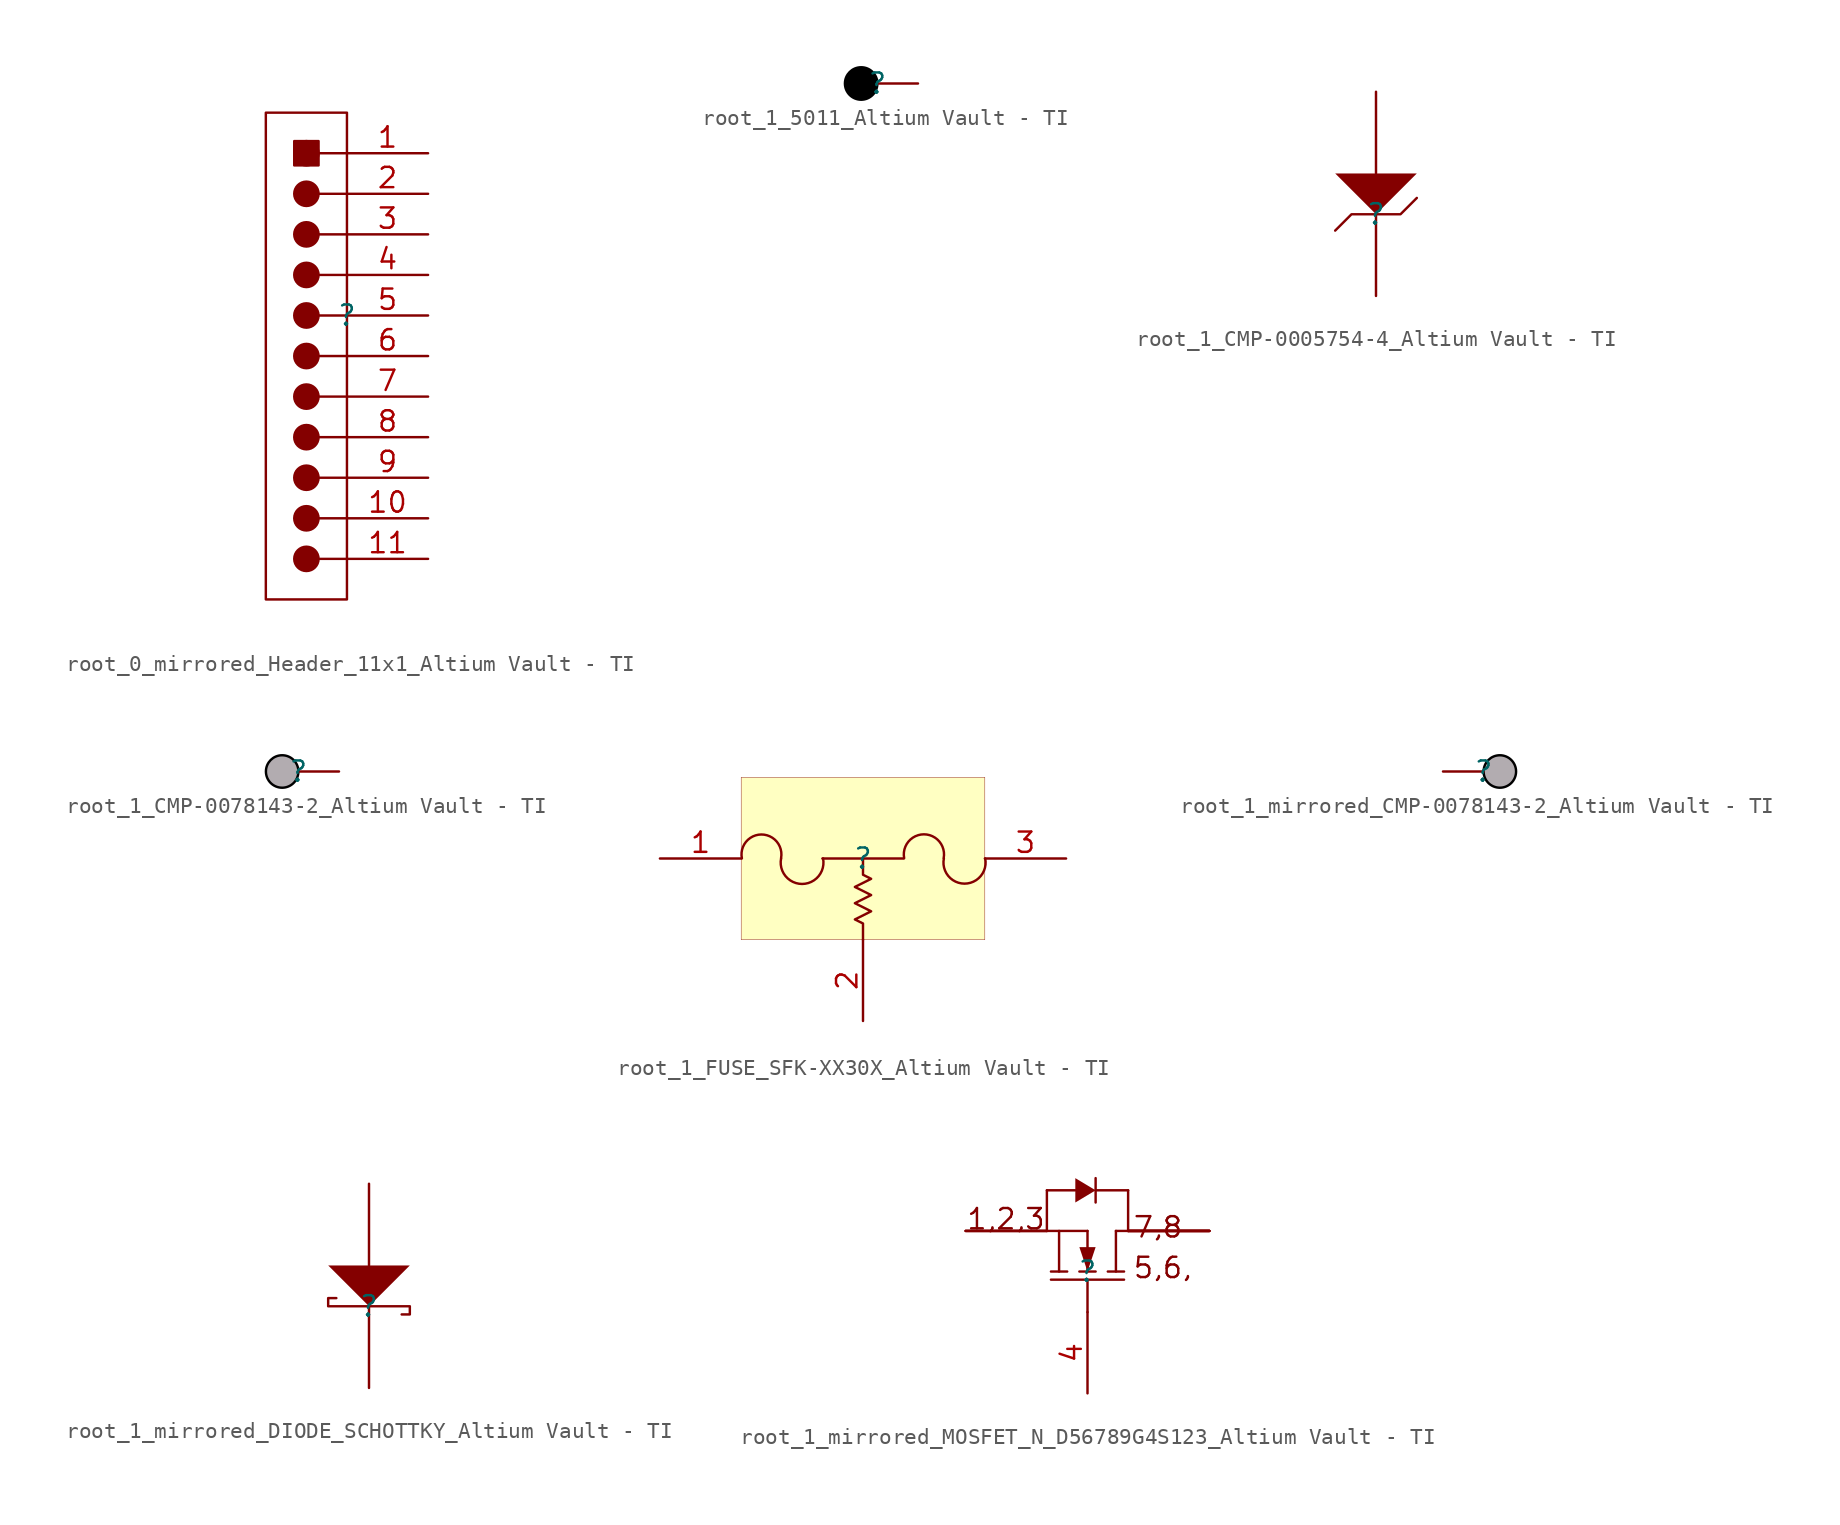
<source format=kicad_sym>
(kicad_symbol_lib
  (version 20241209)
  (generator "kicad_symbol_editor")
  (generator_version "9.0")
  (symbol "root_0_mirrored_Header_11x1_Altium Vault - TI"
    (pin_names
      (hide yes))
    (property "Reference" ""
      (at 0 0 0)
      (effects (font (size 1.27 1.27))))
    (property "Value" ""
      (at 0 0 0)
      (effects (font (size 1.27 1.27))))
    (symbol "root_0_mirrored_Header_11x1_Altium Vault - TI_1_0"
      (circle (center -2.54 10.16) (radius 0.762) (stroke (width 0) (type solid)) (fill (type outline)))
      (circle (center -2.54 7.62) (radius 0.762) (stroke (width 0) (type solid)) (fill (type outline)))
      (circle (center -2.54 5.08) (radius 0.762) (stroke (width 0) (type solid)) (fill (type outline)))
      (circle (center -2.54 2.54) (radius 0.762) (stroke (width 0) (type solid)) (fill (type outline)))
      (circle (center -2.54 0) (radius 0.762) (stroke (width 0) (type solid)) (fill (type outline)))
      (circle (center -2.54 -2.54) (radius 0.762) (stroke (width 0) (type solid)) (fill (type outline)))
      (circle (center -2.54 -5.08) (radius 0.762) (stroke (width 0) (type solid)) (fill (type outline)))
      (circle (center -2.54 -7.62) (radius 0.762) (stroke (width 0) (type solid)) (fill (type outline)))
      (circle (center -2.54 -10.16) (radius 0.762) (stroke (width 0) (type solid)) (fill (type outline)))
      (circle (center -2.54 -12.7) (radius 0.762) (stroke (width 0) (type solid)) (fill (type outline)))
      (circle (center -2.54 -15.24) (radius 0.762) (stroke (width 0) (type solid)) (fill (type outline)))
      (rectangle (start -1.778 10.922) (end -3.302 9.398) (stroke (width 0) (type solid)) (fill (type outline)))
      (rectangle (start 0 12.7) (end -5.08 -17.78) (stroke (width 0) (type solid)) (fill (type color) (color 255 255 255 1)))
      (polyline (pts (xy 0 10.16) (xy -1.778 10.16)) (stroke (width 0) (type solid)) (fill (type none)))
      (polyline (pts (xy 0 7.62) (xy -1.778 7.62)) (stroke (width 0) (type solid)) (fill (type none)))
      (polyline (pts (xy 0 5.08) (xy -1.778 5.08)) (stroke (width 0) (type solid)) (fill (type none)))
      (polyline (pts (xy 0 2.54) (xy -1.778 2.54)) (stroke (width 0) (type solid)) (fill (type none)))
      (polyline (pts (xy 0 0) (xy -1.778 0)) (stroke (width 0) (type solid)) (fill (type none)))
      (polyline (pts (xy 0 -2.54) (xy -1.778 -2.54)) (stroke (width 0) (type solid)) (fill (type none)))
      (polyline (pts (xy 0 -5.08) (xy -1.778 -5.08)) (stroke (width 0) (type solid)) (fill (type none)))
      (polyline (pts (xy 0 -7.62) (xy -1.778 -7.62)) (stroke (width 0) (type solid)) (fill (type none)))
      (polyline (pts (xy 0 -10.16) (xy -1.778 -10.16)) (stroke (width 0) (type solid)) (fill (type none)))
      (polyline (pts (xy 0 -12.7) (xy -1.778 -12.7)) (stroke (width 0) (type solid)) (fill (type none)))
      (polyline (pts (xy 0 -15.24) (xy -1.778 -15.24)) (stroke (width 0) (type solid)) (fill (type none)))
      (pin passive line (at 5.08 10.16 180) (length 5.08) (name "1" (effects (font (size 1.27 1.27)))) (number "1" (effects (font (size 1.27 1.27)))))
      (pin passive line (at 5.08 7.62 180) (length 5.08) (name "2" (effects (font (size 1.27 1.27)))) (number "2" (effects (font (size 1.27 1.27)))))
      (pin passive line (at 5.08 5.08 180) (length 5.08) (name "3" (effects (font (size 1.27 1.27)))) (number "3" (effects (font (size 1.27 1.27)))))
      (pin passive line (at 5.08 2.54 180) (length 5.08) (name "4" (effects (font (size 1.27 1.27)))) (number "4" (effects (font (size 1.27 1.27)))))
      (pin passive line (at 5.08 0 180) (length 5.08) (name "5" (effects (font (size 1.27 1.27)))) (number "5" (effects (font (size 1.27 1.27)))))
      (pin passive line (at 5.08 -2.54 180) (length 5.08) (name "6" (effects (font (size 1.27 1.27)))) (number "6" (effects (font (size 1.27 1.27)))))
      (pin passive line (at 5.08 -5.08 180) (length 5.08) (name "7" (effects (font (size 1.27 1.27)))) (number "7" (effects (font (size 1.27 1.27)))))
      (pin passive line (at 5.08 -7.62 180) (length 5.08) (name "8" (effects (font (size 1.27 1.27)))) (number "8" (effects (font (size 1.27 1.27)))))
      (pin passive line (at 5.08 -10.16 180) (length 5.08) (name "9" (effects (font (size 1.27 1.27)))) (number "9" (effects (font (size 1.27 1.27)))))
      (pin passive line (at 5.08 -12.7 180) (length 5.08) (name "10" (effects (font (size 1.27 1.27)))) (number "10" (effects (font (size 1.27 1.27)))))
      (pin passive line (at 5.08 -15.24 180) (length 5.08) (name "11" (effects (font (size 1.27 1.27)))) (number "11" (effects (font (size 1.27 1.27)))))))
  (symbol "root_1_5011_Altium Vault - TI"
    (pin_numbers
      (hide yes))
    (pin_names
      (hide yes))
    (property "Reference" ""
      (at 0 0 0)
      (effects (font (size 1.27 1.27))))
    (property "Value" ""
      (at 0 0 0)
      (effects (font (size 1.27 1.27))))
    (symbol "root_1_5011_Altium Vault - TI_1_0"
      (circle (center -1.016 0) (radius 1.016) (stroke (width 0) (type solid) (color 0 0 0 1)) (fill (type outline)))
      (pin passive line (at 2.54 0 180) (length 2.54) (name "" (effects (font (size 1.27 1.27)))) (number "1" (effects (font (size 1.27 1.27)))))))
  (symbol "root_1_CMP-0005754-4_Altium Vault - TI"
    (pin_numbers
      (hide yes))
    (pin_names
      (hide yes))
    (property "Reference" ""
      (at 0 0 0)
      (effects (font (size 1.27 1.27))))
    (property "Value" ""
      (at 0 0 0)
      (effects (font (size 1.27 1.27))))
    (symbol "root_1_CMP-0005754-4_Altium Vault - TI_1_0"
      (polyline (pts (xy -2.54 2.54) (xy 0 0) (xy 2.54 2.54) (xy -2.54 2.54)) (stroke (width -0.0001) (type solid)) (fill (type outline)))
      (polyline (pts (xy -2.54 -1.016) (xy -1.524 0) (xy 1.524 0) (xy 2.54 1.016)) (stroke (width 0) (type solid)) (fill (type none)))
      (pin passive line (at 0 7.62 270) (length 5.08) (name "A" (effects (font (size 1.27 1.27)))) (number "2" (effects (font (size 1.27 1.27)))))
      (pin passive line (at 0 -5.08 90) (length 5.08) (name "K" (effects (font (size 1.27 1.27)))) (number "1" (effects (font (size 1.27 1.27)))))))
  (symbol "root_1_CMP-0078143-2_Altium Vault - TI"
    (pin_numbers
      (hide yes))
    (pin_names
      (hide yes))
    (property "Reference" ""
      (at 0 0 0)
      (effects (font (size 1.27 1.27))))
    (property "Value" ""
      (at 0 0 0)
      (effects (font (size 1.27 1.27))))
    (symbol "root_1_CMP-0078143-2_Altium Vault - TI_1_0"
      (circle (center -1.016 0) (radius 1.016) (stroke (width 0) (type solid) (color 0 0 0 1)) (fill (type color) (color 178 172 176 1)))
      (pin passive line (at 2.54 0 180) (length 2.54) (name "" (effects (font (size 1.27 1.27)))) (number "1" (effects (font (size 1.27 1.27)))))))
  (symbol "root_1_FUSE_SFK-XX30X_Altium Vault - TI"
    (pin_names
      (hide yes))
    (property "Reference" ""
      (at 0 0 0)
      (effects (font (size 1.27 1.27))))
    (property "Value" ""
      (at 0 0 0)
      (effects (font (size 1.27 1.27))))
    (symbol "root_1_FUSE_SFK-XX30X_Altium Vault - TI_1_0"
      (arc (start -7.5734 0.0072) (mid -6.3621 1.502) (end -5.1221 0.0309) (stroke (width 0) (type solid)) (fill (type none)))
      (arc (start -2.4975 0.0059) (mid -3.8121 -1.592) (end -5.1217 0.01) (stroke (width 0) (type solid)) (fill (type none)))
      (polyline (pts (xy -2.54 0) (xy 2.54 0)) (stroke (width 0) (type solid)) (fill (type none)))
      (polyline (pts (xy 0 0) (xy 0 -1.016) (xy 0.508 -1.27) (xy -0.508 -1.778) (xy 0.508 -2.286) (xy -0.508 -2.794) (xy 0.508 -3.302) (xy -0.508 -3.81) (xy 0 -4.064) (xy 0 -5.08)) (stroke (width 0) (type solid)) (fill (type none)))
      (arc (start 2.5737 0.0212) (mid 3.8067 1.512) (end 5.0475 0.0276) (stroke (width 0) (type solid)) (fill (type none)))
      (arc (start 7.6431 0.0012) (mid 6.3475 -1.572) (end 5.0579 0.0061) (stroke (width 0) (type solid)) (fill (type none)))
      (rectangle (start 7.62 5.08) (end -7.62 -5.08) (stroke (width 0.025) (type solid) (color 128 0 0 1)) (fill (type background)))
      (pin passive line (at -12.7 0 0) (length 5.08) (name "Fuse" (effects (font (size 1.27 1.27)))) (number "1" (effects (font (size 1.27 1.27)))))
      (pin passive line (at 0 -10.16 90) (length 5.08) (name "Heater" (effects (font (size 1.27 1.27)))) (number "2" (effects (font (size 1.27 1.27)))))
      (pin passive line (at 12.7 0 180) (length 5.08) (name "Fuse" (effects (font (size 1.27 1.27)))) (number "3" (effects (font (size 1.27 1.27)))))))
  (symbol "root_1_mirrored_CMP-0078143-2_Altium Vault - TI"
    (pin_numbers
      (hide yes))
    (pin_names
      (hide yes))
    (property "Reference" ""
      (at 0 0 0)
      (effects (font (size 1.27 1.27))))
    (property "Value" ""
      (at 0 0 0)
      (effects (font (size 1.27 1.27))))
    (symbol "root_1_mirrored_CMP-0078143-2_Altium Vault - TI_1_0"
      (circle (center 1.016 0) (radius 1.016) (stroke (width 0) (type solid) (color 0 0 0 1)) (fill (type color) (color 178 172 176 1)))
      (pin passive line (at -2.54 0 0) (length 2.54) (name "" (effects (font (size 1.27 1.27)))) (number "1" (effects (font (size 1.27 1.27)))))))
  (symbol "root_1_mirrored_DIODE_SCHOTTKY_Altium Vault - TI"
    (pin_numbers
      (hide yes))
    (pin_names
      (hide yes))
    (property "Reference" ""
      (at 0 0 0)
      (effects (font (size 1.27 1.27))))
    (property "Value" ""
      (at 0 0 0)
      (effects (font (size 1.27 1.27))))
    (symbol "root_1_mirrored_DIODE_SCHOTTKY_Altium Vault - TI_1_0"
      (polyline (pts (xy 2.032 -0.508) (xy 2.54 -0.508) (xy 2.54 0) (xy -2.54 0) (xy -2.54 0.508) (xy -2.032 0.508)) (stroke (width 0) (type solid)) (fill (type none)))
      (polyline (pts (xy 2.54 2.54) (xy 0 0) (xy -2.54 2.54) (xy 2.54 2.54)) (stroke (width -0.0001) (type solid)) (fill (type outline)))
      (pin passive line (at 0 7.62 270) (length 5.08) (name "A" (effects (font (size 1.27 1.27)))) (number "2" (effects (font (size 1.27 1.27)))))
      (pin passive line (at 0 -5.08 90) (length 5.08) (name "K" (effects (font (size 1.27 1.27)))) (number "1" (effects (font (size 1.27 1.27)))))))
  (symbol "root_1_mirrored_MOSFET_N_D56789G4S123_Altium Vault - TI"
    (pin_names
      (hide yes))
    (property "Reference" ""
      (at 0 0 0)
      (effects (font (size 1.27 1.27))))
    (property "Value" ""
      (at 0 0 0)
      (effects (font (size 1.27 1.27))))
    (symbol "root_1_mirrored_MOSFET_N_D56789G4S123_Altium Vault - TI_1_0"
      (polyline (pts (xy -2.54 5.08) (xy -0.762 5.08)) (stroke (width 0) (type solid)) (fill (type none)))
      (polyline (pts (xy -2.54 2.54) (xy -2.54 5.08)) (stroke (width 0) (type solid)) (fill (type none)))
      (polyline (pts (xy -2.286 0) (xy -1.27 0)) (stroke (width 0) (type solid)) (fill (type none)))
      (polyline (pts (xy -1.778 2.54) (xy -1.778 0)) (stroke (width 0) (type solid)) (fill (type none)))
      (polyline (pts (xy -0.508 0) (xy 0.508 0)) (stroke (width 0) (type solid)) (fill (type none)))
      (polyline (pts (xy 0 2.54) (xy -2.54 2.54)) (stroke (width 0) (type solid)) (fill (type none)))
      (polyline (pts (xy 0 2.54) (xy 0 0)) (stroke (width 0) (type solid)) (fill (type none)))
      (polyline (pts (xy 0 0) (xy -0.508 1.524) (xy 0.508 1.524) (xy 0 0)) (stroke (width -0.0001) (type solid)) (fill (type outline)))
      (polyline (pts (xy 0 -2.54) (xy 0 -0.508)) (stroke (width 0) (type solid)) (fill (type none)))
      (polyline (pts (xy 0.508 5.08) (xy -0.762 4.318) (xy -0.762 5.842) (xy 0.508 5.08)) (stroke (width -0.0001) (type solid)) (fill (type outline)))
      (polyline (pts (xy 0.508 4.318) (xy 0.508 5.842)) (stroke (width 0) (type solid)) (fill (type none)))
      (polyline (pts (xy 1.778 2.54) (xy 1.778 0)) (stroke (width 0) (type solid)) (fill (type none)))
      (polyline (pts (xy 1.778 2.54) (xy 2.54 2.54)) (stroke (width 0) (type solid)) (fill (type none)))
      (polyline (pts (xy 2.286 0) (xy 1.27 0)) (stroke (width 0) (type solid)) (fill (type none)))
      (polyline (pts (xy 2.286 -0.508) (xy -2.286 -0.508)) (stroke (width 0) (type solid)) (fill (type none)))
      (polyline (pts (xy 2.54 5.08) (xy 0.508 5.08)) (stroke (width 0) (type solid)) (fill (type none)))
      (polyline (pts (xy 2.54 2.54) (xy 2.54 5.08)) (stroke (width 0) (type solid)) (fill (type none)))
      (text "1,2,3" (at -7.62 2.54 0) (effects (font (size 1.27 1.27)) (justify left bottom)))
      (text "7,8" (at 2.794 2.032 0) (effects (font (size 1.27 1.27)) (justify left bottom)))
      (text "5,6," (at 2.794 -0.508 0) (effects (font (size 1.27 1.27)) (justify left bottom)))
      (pin passive line (at -7.62 2.54 0) (length 5.08) (name "S" (effects (font (size 1.27 1.27)))) (number "1" (effects (font (size 0 0)))))
      (pin passive line (at -7.62 2.54 0) (length 5.08) (name "S" (effects (font (size 1.27 1.27)))) (number "2" (effects (font (size 0 0)))))
      (pin passive line (at -7.62 2.54 0) (length 5.08) (name "S" (effects (font (size 1.27 1.27)))) (number "3" (effects (font (size 0 0)))))
      (pin passive line (at 0 -7.62 90) (length 5.08) (name "G" (effects (font (size 1.27 1.27)))) (number "4" (effects (font (size 1.27 1.27)))))
      (pin passive line (at 7.62 2.54 180) (length 5.08) (name "D" (effects (font (size 1.27 1.27)))) (number "5" (effects (font (size 0 0)))))
      (pin passive line (at 7.62 2.54 180) (length 5.08) (name "D" (effects (font (size 1.27 1.27)))) (number "6" (effects (font (size 0 0)))))
      (pin passive line (at 7.62 2.54 180) (length 5.08) (name "D" (effects (font (size 1.27 1.27)))) (number "7" (effects (font (size 0 0)))))
      (pin passive line (at 7.62 2.54 180) (length 5.08) (name "D" (effects (font (size 1.27 1.27)))) (number "8" (effects (font (size 0 0)))))
      (pin passive line (at 7.62 2.54 180) (length 5.08) (name "D" (effects (font (size 1.27 1.27)))) (number "9" (effects (font (size 0 0))))))))
</source>
